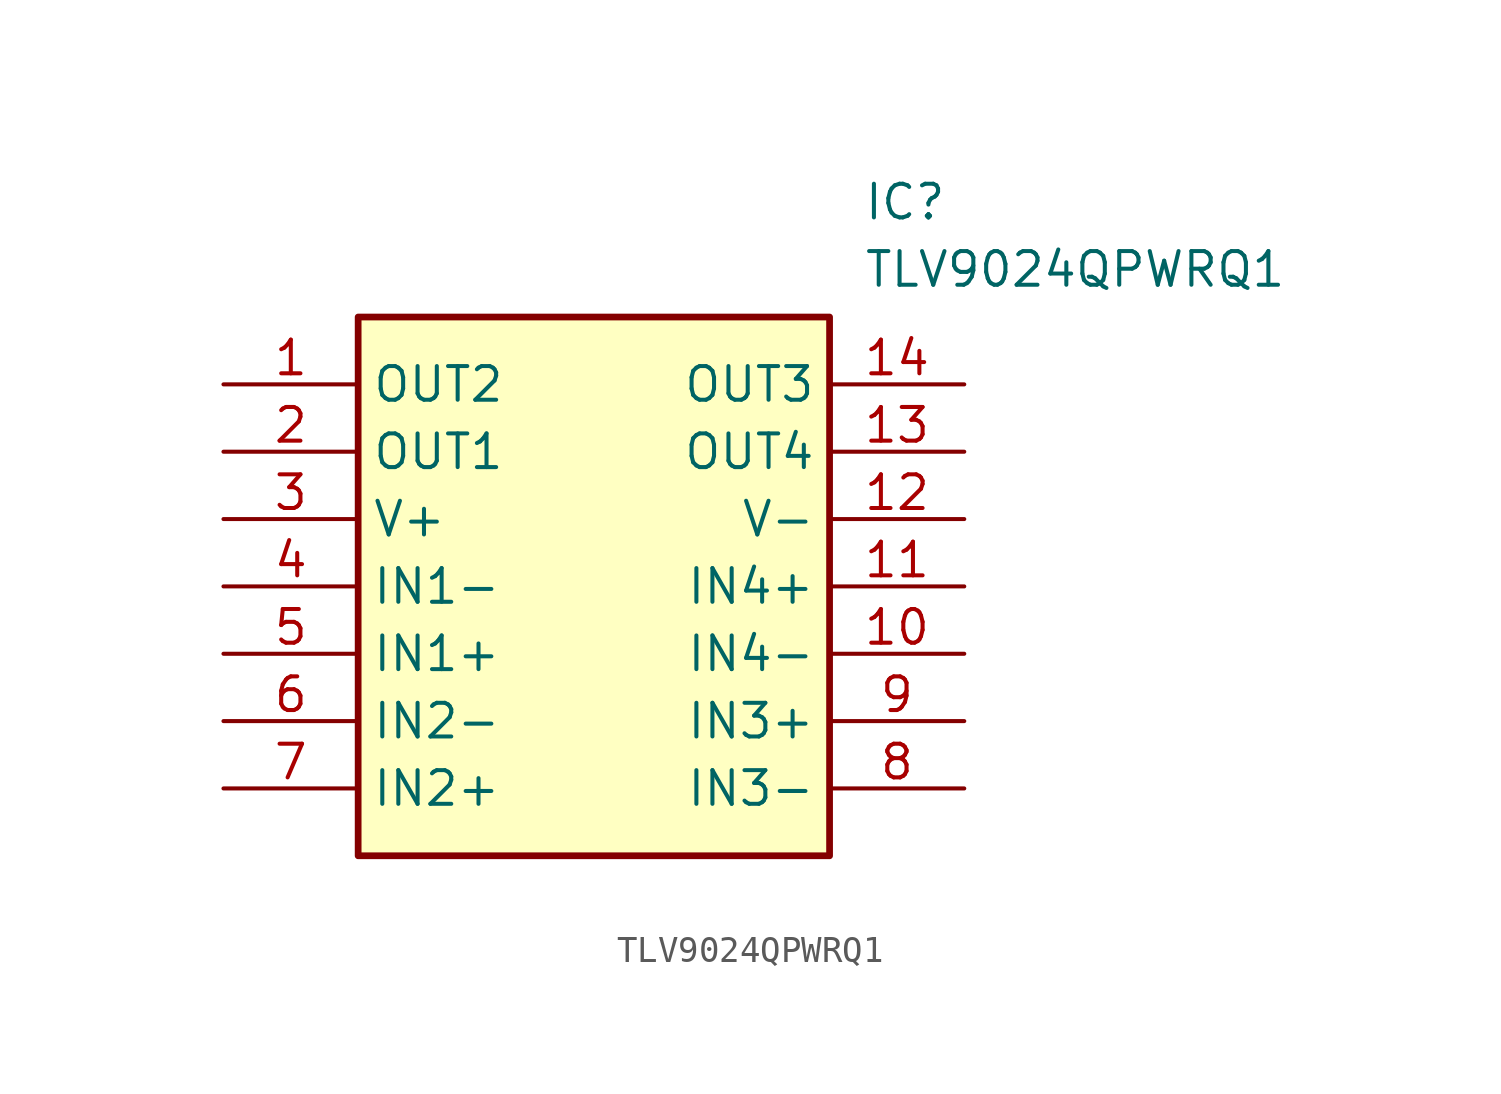
<source format=kicad_sym>
(kicad_symbol_lib
  (version 20211014)
  (generator SamacSys_ECAD_Model)
  (symbol "TLV9024QPWRQ1"
    (property "Reference" "IC"
      (at 24.13 7.62 0)
      (effects (font (size 1.27 1.27)) (justify left top)))
    (property "Value" "TLV9024QPWRQ1"
      (at 24.13 5.08 0)
      (effects (font (size 1.27 1.27)) (justify left top)))
    (rectangle
      (start 5.08 2.54)
      (end 22.86 -17.78)
      (stroke (width 0.254) (type default))
      (fill (type background)))
    (pin passive line
      (at 0 0 0)
      (length 5.08)
      (name "OUT2" (effects (font (size 1.27 1.27))))
      (number "1" (effects (font (size 1.27 1.27)))))
    (pin passive line
      (at 0 -2.54 0)
      (length 5.08)
      (name "OUT1" (effects (font (size 1.27 1.27))))
      (number "2" (effects (font (size 1.27 1.27)))))
    (pin passive line
      (at 0 -5.08 0)
      (length 5.08)
      (name "V+" (effects (font (size 1.27 1.27))))
      (number "3" (effects (font (size 1.27 1.27)))))
    (pin passive line
      (at 0 -7.62 0)
      (length 5.08)
      (name "IN1-" (effects (font (size 1.27 1.27))))
      (number "4" (effects (font (size 1.27 1.27)))))
    (pin passive line
      (at 0 -10.16 0)
      (length 5.08)
      (name "IN1+" (effects (font (size 1.27 1.27))))
      (number "5" (effects (font (size 1.27 1.27)))))
    (pin passive line
      (at 0 -12.7 0)
      (length 5.08)
      (name "IN2-" (effects (font (size 1.27 1.27))))
      (number "6" (effects (font (size 1.27 1.27)))))
    (pin passive line
      (at 0 -15.24 0)
      (length 5.08)
      (name "IN2+" (effects (font (size 1.27 1.27))))
      (number "7" (effects (font (size 1.27 1.27)))))
    (pin passive line
      (at 27.94 0 180)
      (length 5.08)
      (name "OUT3" (effects (font (size 1.27 1.27))))
      (number "14" (effects (font (size 1.27 1.27)))))
    (pin passive line
      (at 27.94 -2.54 180)
      (length 5.08)
      (name "OUT4" (effects (font (size 1.27 1.27))))
      (number "13" (effects (font (size 1.27 1.27)))))
    (pin passive line
      (at 27.94 -5.08 180)
      (length 5.08)
      (name "V-" (effects (font (size 1.27 1.27))))
      (number "12" (effects (font (size 1.27 1.27)))))
    (pin passive line
      (at 27.94 -7.62 180)
      (length 5.08)
      (name "IN4+" (effects (font (size 1.27 1.27))))
      (number "11" (effects (font (size 1.27 1.27)))))
    (pin passive line
      (at 27.94 -10.16 180)
      (length 5.08)
      (name "IN4-" (effects (font (size 1.27 1.27))))
      (number "10" (effects (font (size 1.27 1.27)))))
    (pin passive line
      (at 27.94 -12.7 180)
      (length 5.08)
      (name "IN3+" (effects (font (size 1.27 1.27))))
      (number "9" (effects (font (size 1.27 1.27)))))
    (pin passive line
      (at 27.94 -15.24 180)
      (length 5.08)
      (name "IN3-" (effects (font (size 1.27 1.27))))
      (number "8" (effects (font (size 1.27 1.27)))))))
</source>
